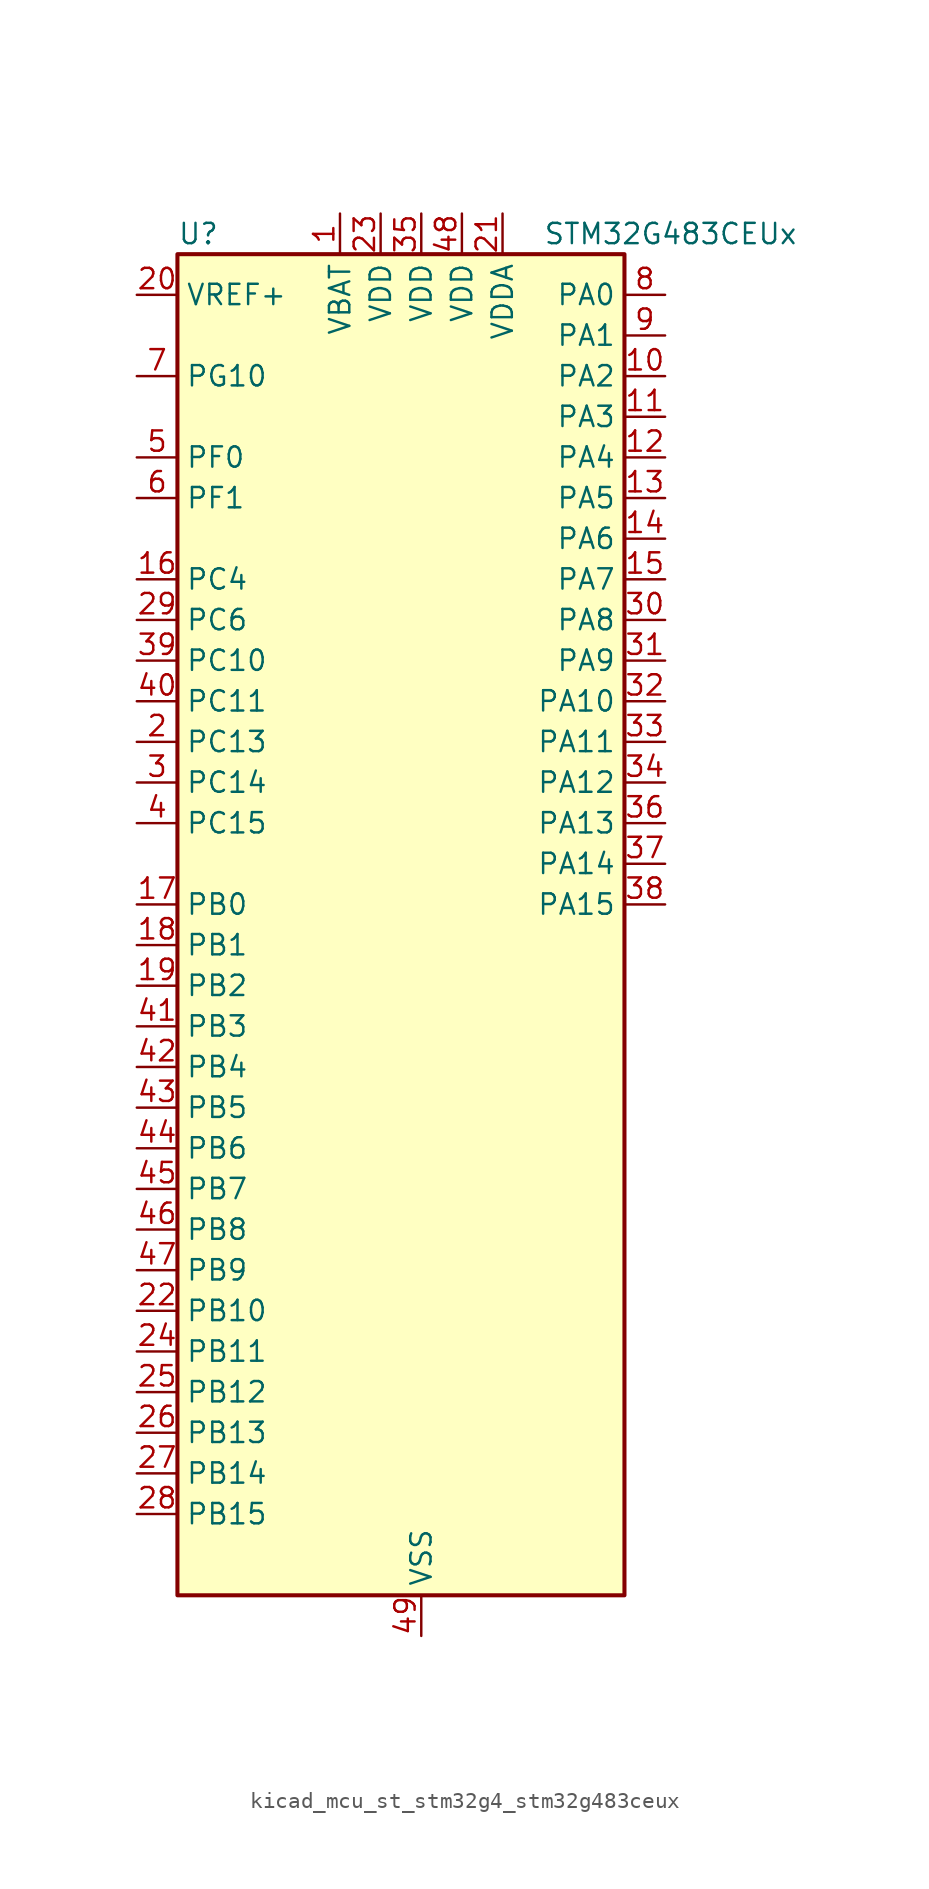
<source format=kicad_sym>
(kicad_symbol_lib
  (version 20220914)
  (generator kicad_symbol_editor)
  (symbol "kicad_mcu_st_stm32g4_stm32g483ceux"
    (property "Reference" "U"
      (at -12.7 44.45 0)
      (effects (font (size 1.27 1.27)) (justify left)))
    (property "Value" "STM32G483CEUx"
      (at 10.16 44.45 0)
      (effects (font (size 1.27 1.27)) (justify left)))
    (property "ki_locked" ""
      (at 0 0 0)
      (effects (font (size 1.27 1.27))))
    (symbol "kicad_mcu_st_stm32g4_stm32g483ceux_0_1"
      (rectangle (start -12.7 -40.64) (end 15.24 43.18) (stroke (width 0.254) (type default)) (fill (type background))))
    (symbol "kicad_mcu_st_stm32g4_stm32g483ceux_1_1"
      (pin power_in line (at -2.54 45.72 270) (length 2.54) (name "VBAT" (effects (font (size 1.27 1.27)))) (number "1" (effects (font (size 1.27 1.27)))))
      (pin bidirectional line (at 17.78 35.56 180) (length 2.54) (name "PA2" (effects (font (size 1.27 1.27)))) (number "10" (effects (font (size 1.27 1.27)))) (alternate "ADC1_IN3" bidirectional line) (alternate "ADC3_EXTI2" bidirectional line) (alternate "ADC4_EXTI2" bidirectional line) (alternate "ADC5_EXTI2" bidirectional line) (alternate "COMP2_INM" bidirectional line) (alternate "COMP2_OUT" bidirectional line) (alternate "LPUART1_TX" bidirectional line) (alternate "OPAMP1_VOUT" bidirectional line) (alternate "QUADSPI1_BK1_NCS" bidirectional line) (alternate "RCC_LSCO" bidirectional line) (alternate "SYS_WKUP4" bidirectional line) (alternate "TIM15_CH1" bidirectional line) (alternate "TIM2_CH3" bidirectional line) (alternate "TIM5_CH3" bidirectional line) (alternate "UCPD1_FRSTX1" bidirectional line) (alternate "UCPD1_FRSTX2" bidirectional line) (alternate "USART2_TX" bidirectional line))
      (pin bidirectional line (at 17.78 33.02 180) (length 2.54) (name "PA3" (effects (font (size 1.27 1.27)))) (number "11" (effects (font (size 1.27 1.27)))) (alternate "ADC1_IN4" bidirectional line) (alternate "ADC3_EXTI3" bidirectional line) (alternate "ADC4_EXTI3" bidirectional line) (alternate "ADC5_EXTI3" bidirectional line) (alternate "COMP2_INP" bidirectional line) (alternate "LPUART1_RX" bidirectional line) (alternate "OPAMP1_VINM" bidirectional line) (alternate "OPAMP1_VINM0" bidirectional line) (alternate "OPAMP1_VINM_SEC" bidirectional line) (alternate "OPAMP1_VINP" bidirectional line) (alternate "OPAMP1_VINP_SEC" bidirectional line) (alternate "OPAMP5_VINM" bidirectional line) (alternate "OPAMP5_VINM1" bidirectional line) (alternate "OPAMP5_VINM_SEC" bidirectional line) (alternate "QUADSPI1_CLK" bidirectional line) (alternate "SAI1_CK1" bidirectional line) (alternate "SAI1_MCLK_A" bidirectional line) (alternate "TIM15_CH2" bidirectional line) (alternate "TIM2_CH4" bidirectional line) (alternate "TIM5_CH4" bidirectional line) (alternate "USART2_RX" bidirectional line))
      (pin bidirectional line (at 17.78 30.48 180) (length 2.54) (name "PA4" (effects (font (size 1.27 1.27)))) (number "12" (effects (font (size 1.27 1.27)))) (alternate "ADC2_IN17" bidirectional line) (alternate "COMP1_INM" bidirectional line) (alternate "DAC1_OUT1" bidirectional line) (alternate "I2S3_WS" bidirectional line) (alternate "SAI1_FS_B" bidirectional line) (alternate "SPI1_NSS" bidirectional line) (alternate "SPI3_NSS" bidirectional line) (alternate "TIM3_CH2" bidirectional line) (alternate "USART2_CK" bidirectional line))
      (pin bidirectional line (at 17.78 27.94 180) (length 2.54) (name "PA5" (effects (font (size 1.27 1.27)))) (number "13" (effects (font (size 1.27 1.27)))) (alternate "ADC2_IN13" bidirectional line) (alternate "COMP2_INM" bidirectional line) (alternate "DAC1_OUT2" bidirectional line) (alternate "OPAMP2_VINM" bidirectional line) (alternate "OPAMP2_VINM0" bidirectional line) (alternate "OPAMP2_VINM_SEC" bidirectional line) (alternate "SPI1_SCK" bidirectional line) (alternate "TIM2_CH1" bidirectional line) (alternate "TIM2_ETR" bidirectional line) (alternate "UCPD1_FRSTX1" bidirectional line) (alternate "UCPD1_FRSTX2" bidirectional line))
      (pin bidirectional line (at 17.78 25.4 180) (length 2.54) (name "PA6" (effects (font (size 1.27 1.27)))) (number "14" (effects (font (size 1.27 1.27)))) (alternate "ADC2_IN3" bidirectional line) (alternate "COMP1_OUT" bidirectional line) (alternate "DAC2_OUT1" bidirectional line) (alternate "LPUART1_CTS" bidirectional line) (alternate "OPAMP2_VOUT" bidirectional line) (alternate "QUADSPI1_BK1_IO3" bidirectional line) (alternate "SPI1_MISO" bidirectional line) (alternate "TIM16_CH1" bidirectional line) (alternate "TIM1_BKIN" bidirectional line) (alternate "TIM3_CH1" bidirectional line) (alternate "TIM8_BKIN" bidirectional line))
      (pin bidirectional line (at 17.78 22.86 180) (length 2.54) (name "PA7" (effects (font (size 1.27 1.27)))) (number "15" (effects (font (size 1.27 1.27)))) (alternate "ADC2_IN4" bidirectional line) (alternate "COMP2_INP" bidirectional line) (alternate "COMP2_OUT" bidirectional line) (alternate "OPAMP1_VINP" bidirectional line) (alternate "OPAMP1_VINP_SEC" bidirectional line) (alternate "OPAMP2_VINP" bidirectional line) (alternate "OPAMP2_VINP_SEC" bidirectional line) (alternate "QUADSPI1_BK1_IO2" bidirectional line) (alternate "SPI1_MOSI" bidirectional line) (alternate "TIM17_CH1" bidirectional line) (alternate "TIM1_CH1N" bidirectional line) (alternate "TIM3_CH2" bidirectional line) (alternate "TIM8_CH1N" bidirectional line) (alternate "UCPD1_FRSTX1" bidirectional line) (alternate "UCPD1_FRSTX2" bidirectional line))
      (pin bidirectional line (at -15.24 22.86 0) (length 2.54) (name "PC4" (effects (font (size 1.27 1.27)))) (number "16" (effects (font (size 1.27 1.27)))) (alternate "ADC2_IN5" bidirectional line) (alternate "I2C2_SCL" bidirectional line) (alternate "QUADSPI1_BK2_IO3" bidirectional line) (alternate "TIM1_ETR" bidirectional line) (alternate "USART1_TX" bidirectional line))
      (pin bidirectional line (at -15.24 2.54 0) (length 2.54) (name "PB0" (effects (font (size 1.27 1.27)))) (number "17" (effects (font (size 1.27 1.27)))) (alternate "ADC1_IN15" bidirectional line) (alternate "ADC3_IN12" bidirectional line) (alternate "COMP4_INP" bidirectional line) (alternate "OPAMP2_VINP" bidirectional line) (alternate "OPAMP2_VINP_SEC" bidirectional line) (alternate "OPAMP3_VINP" bidirectional line) (alternate "OPAMP3_VINP_SEC" bidirectional line) (alternate "QUADSPI1_BK1_IO1" bidirectional line) (alternate "TIM1_CH2N" bidirectional line) (alternate "TIM3_CH3" bidirectional line) (alternate "TIM8_CH2N" bidirectional line) (alternate "UCPD1_FRSTX1" bidirectional line) (alternate "UCPD1_FRSTX2" bidirectional line))
      (pin bidirectional line (at -15.24 0 0) (length 2.54) (name "PB1" (effects (font (size 1.27 1.27)))) (number "18" (effects (font (size 1.27 1.27)))) (alternate "ADC1_IN12" bidirectional line) (alternate "ADC3_IN1" bidirectional line) (alternate "COMP1_INP" bidirectional line) (alternate "COMP4_OUT" bidirectional line) (alternate "LPUART1_DE" bidirectional line) (alternate "LPUART1_RTS" bidirectional line) (alternate "OPAMP3_VOUT" bidirectional line) (alternate "OPAMP6_VINM" bidirectional line) (alternate "OPAMP6_VINM1" bidirectional line) (alternate "OPAMP6_VINM_SEC" bidirectional line) (alternate "QUADSPI1_BK1_IO0" bidirectional line) (alternate "TIM1_CH3N" bidirectional line) (alternate "TIM3_CH4" bidirectional line) (alternate "TIM8_CH3N" bidirectional line))
      (pin bidirectional line (at -15.24 -2.54 0) (length 2.54) (name "PB2" (effects (font (size 1.27 1.27)))) (number "19" (effects (font (size 1.27 1.27)))) (alternate "ADC2_IN12" bidirectional line) (alternate "ADC3_EXTI2" bidirectional line) (alternate "ADC4_EXTI2" bidirectional line) (alternate "ADC5_EXTI2" bidirectional line) (alternate "COMP4_INM" bidirectional line) (alternate "I2C3_SMBA" bidirectional line) (alternate "LPTIM1_OUT" bidirectional line) (alternate "OPAMP3_VINM" bidirectional line) (alternate "OPAMP3_VINM0" bidirectional line) (alternate "OPAMP3_VINM_SEC" bidirectional line) (alternate "QUADSPI1_BK2_IO1" bidirectional line) (alternate "RTC_OUT2" bidirectional line) (alternate "TIM20_CH1" bidirectional line) (alternate "TIM5_CH1" bidirectional line))
      (pin bidirectional line (at -15.24 12.7 0) (length 2.54) (name "PC13" (effects (font (size 1.27 1.27)))) (number "2" (effects (font (size 1.27 1.27)))) (alternate "RTC_OUT1" bidirectional line) (alternate "RTC_TAMP1" bidirectional line) (alternate "RTC_TS" bidirectional line) (alternate "SYS_WKUP2" bidirectional line) (alternate "TIM1_BKIN" bidirectional line) (alternate "TIM1_CH1N" bidirectional line) (alternate "TIM8_CH4N" bidirectional line))
      (pin input line (at -15.24 40.64 0) (length 2.54) (name "VREF+" (effects (font (size 1.27 1.27)))) (number "20" (effects (font (size 1.27 1.27)))) (alternate "VREFBUF_OUT" bidirectional line))
      (pin power_in line (at 7.62 45.72 270) (length 2.54) (name "VDDA" (effects (font (size 1.27 1.27)))) (number "21" (effects (font (size 1.27 1.27)))))
      (pin bidirectional line (at -15.24 -22.86 0) (length 2.54) (name "PB10" (effects (font (size 1.27 1.27)))) (number "22" (effects (font (size 1.27 1.27)))) (alternate "COMP5_INM" bidirectional line) (alternate "DAC1_EXTI10" bidirectional line) (alternate "DAC2_EXTI10" bidirectional line) (alternate "DAC3_EXTI10" bidirectional line) (alternate "DAC4_EXTI10" bidirectional line) (alternate "LPUART1_RX" bidirectional line) (alternate "OPAMP3_VINM" bidirectional line) (alternate "OPAMP3_VINM1" bidirectional line) (alternate "OPAMP3_VINM_SEC" bidirectional line) (alternate "OPAMP4_VINM" bidirectional line) (alternate "OPAMP4_VINM0" bidirectional line) (alternate "OPAMP4_VINM_SEC" bidirectional line) (alternate "QUADSPI1_CLK" bidirectional line) (alternate "SAI1_SCK_A" bidirectional line) (alternate "TIM1_BKIN" bidirectional line) (alternate "TIM2_CH3" bidirectional line) (alternate "USART3_TX" bidirectional line))
      (pin power_in line (at 0 45.72 270) (length 2.54) (name "VDD" (effects (font (size 1.27 1.27)))) (number "23" (effects (font (size 1.27 1.27)))))
      (pin bidirectional line (at -15.24 -25.4 0) (length 2.54) (name "PB11" (effects (font (size 1.27 1.27)))) (number "24" (effects (font (size 1.27 1.27)))) (alternate "ADC1_EXTI11" bidirectional line) (alternate "ADC1_IN14" bidirectional line) (alternate "ADC2_EXTI11" bidirectional line) (alternate "ADC2_IN14" bidirectional line) (alternate "COMP6_INP" bidirectional line) (alternate "LPUART1_TX" bidirectional line) (alternate "OPAMP4_VINP" bidirectional line) (alternate "OPAMP4_VINP_SEC" bidirectional line) (alternate "OPAMP6_VOUT" bidirectional line) (alternate "QUADSPI1_BK1_NCS" bidirectional line) (alternate "TIM2_CH4" bidirectional line) (alternate "USART3_RX" bidirectional line))
      (pin bidirectional line (at -15.24 -27.94 0) (length 2.54) (name "PB12" (effects (font (size 1.27 1.27)))) (number "25" (effects (font (size 1.27 1.27)))) (alternate "ADC1_IN11" bidirectional line) (alternate "ADC4_IN3" bidirectional line) (alternate "COMP7_INM" bidirectional line) (alternate "FDCAN2_RX" bidirectional line) (alternate "I2C2_SMBA" bidirectional line) (alternate "I2S2_WS" bidirectional line) (alternate "LPUART1_DE" bidirectional line) (alternate "LPUART1_RTS" bidirectional line) (alternate "OPAMP4_VOUT" bidirectional line) (alternate "OPAMP6_VINP" bidirectional line) (alternate "OPAMP6_VINP_SEC" bidirectional line) (alternate "SPI2_NSS" bidirectional line) (alternate "TIM1_BKIN" bidirectional line) (alternate "TIM5_ETR" bidirectional line) (alternate "USART3_CK" bidirectional line))
      (pin bidirectional line (at -15.24 -30.48 0) (length 2.54) (name "PB13" (effects (font (size 1.27 1.27)))) (number "26" (effects (font (size 1.27 1.27)))) (alternate "ADC3_IN5" bidirectional line) (alternate "COMP5_INP" bidirectional line) (alternate "FDCAN2_TX" bidirectional line) (alternate "I2S2_CK" bidirectional line) (alternate "LPUART1_CTS" bidirectional line) (alternate "OPAMP3_VINP" bidirectional line) (alternate "OPAMP3_VINP_SEC" bidirectional line) (alternate "OPAMP4_VINP" bidirectional line) (alternate "OPAMP4_VINP_SEC" bidirectional line) (alternate "OPAMP6_VINP" bidirectional line) (alternate "OPAMP6_VINP_SEC" bidirectional line) (alternate "SPI2_SCK" bidirectional line) (alternate "TIM1_CH1N" bidirectional line) (alternate "USART3_CTS" bidirectional line) (alternate "USART3_NSS" bidirectional line))
      (pin bidirectional line (at -15.24 -33.02 0) (length 2.54) (name "PB14" (effects (font (size 1.27 1.27)))) (number "27" (effects (font (size 1.27 1.27)))) (alternate "ADC1_IN5" bidirectional line) (alternate "ADC4_IN4" bidirectional line) (alternate "COMP4_OUT" bidirectional line) (alternate "COMP7_INP" bidirectional line) (alternate "OPAMP2_VINP" bidirectional line) (alternate "OPAMP2_VINP_SEC" bidirectional line) (alternate "OPAMP5_VINP" bidirectional line) (alternate "OPAMP5_VINP_SEC" bidirectional line) (alternate "SPI2_MISO" bidirectional line) (alternate "TIM15_CH1" bidirectional line) (alternate "TIM1_CH2N" bidirectional line) (alternate "USART3_DE" bidirectional line) (alternate "USART3_RTS" bidirectional line))
      (pin bidirectional line (at -15.24 -35.56 0) (length 2.54) (name "PB15" (effects (font (size 1.27 1.27)))) (number "28" (effects (font (size 1.27 1.27)))) (alternate "ADC1_EXTI15" bidirectional line) (alternate "ADC2_EXTI15" bidirectional line) (alternate "ADC2_IN15" bidirectional line) (alternate "ADC4_IN5" bidirectional line) (alternate "COMP3_OUT" bidirectional line) (alternate "COMP6_INM" bidirectional line) (alternate "I2S2_SD" bidirectional line) (alternate "OPAMP5_VINM" bidirectional line) (alternate "OPAMP5_VINM0" bidirectional line) (alternate "OPAMP5_VINM_SEC" bidirectional line) (alternate "RTC_REFIN" bidirectional line) (alternate "SPI2_MOSI" bidirectional line) (alternate "TIM15_CH1N" bidirectional line) (alternate "TIM15_CH2" bidirectional line) (alternate "TIM1_CH3N" bidirectional line))
      (pin bidirectional line (at -15.24 20.32 0) (length 2.54) (name "PC6" (effects (font (size 1.27 1.27)))) (number "29" (effects (font (size 1.27 1.27)))) (alternate "COMP6_OUT" bidirectional line) (alternate "I2C4_SCL" bidirectional line) (alternate "I2S2_MCK" bidirectional line) (alternate "TIM3_CH1" bidirectional line) (alternate "TIM8_CH1" bidirectional line))
      (pin bidirectional line (at -15.24 10.16 0) (length 2.54) (name "PC14" (effects (font (size 1.27 1.27)))) (number "3" (effects (font (size 1.27 1.27)))) (alternate "RCC_OSC32_IN" bidirectional line))
      (pin bidirectional line (at 17.78 20.32 180) (length 2.54) (name "PA8" (effects (font (size 1.27 1.27)))) (number "30" (effects (font (size 1.27 1.27)))) (alternate "ADC5_IN1" bidirectional line) (alternate "COMP7_OUT" bidirectional line) (alternate "FDCAN3_RX" bidirectional line) (alternate "I2C2_SDA" bidirectional line) (alternate "I2C3_SCL" bidirectional line) (alternate "I2S2_MCK" bidirectional line) (alternate "OPAMP5_VOUT" bidirectional line) (alternate "RCC_MCO" bidirectional line) (alternate "SAI1_CK2" bidirectional line) (alternate "SAI1_SCK_A" bidirectional line) (alternate "TIM1_CH1" bidirectional line) (alternate "TIM4_ETR" bidirectional line) (alternate "USART1_CK" bidirectional line))
      (pin bidirectional line (at 17.78 17.78 180) (length 2.54) (name "PA9" (effects (font (size 1.27 1.27)))) (number "31" (effects (font (size 1.27 1.27)))) (alternate "ADC5_IN2" bidirectional line) (alternate "COMP5_OUT" bidirectional line) (alternate "DAC1_EXTI9" bidirectional line) (alternate "DAC2_EXTI9" bidirectional line) (alternate "DAC3_EXTI9" bidirectional line) (alternate "DAC4_EXTI9" bidirectional line) (alternate "I2C2_SCL" bidirectional line) (alternate "I2C3_SMBA" bidirectional line) (alternate "I2S3_MCK" bidirectional line) (alternate "SAI1_FS_A" bidirectional line) (alternate "TIM15_BKIN" bidirectional line) (alternate "TIM1_CH2" bidirectional line) (alternate "TIM2_CH3" bidirectional line) (alternate "UCPD1_DBCC1" bidirectional line) (alternate "USART1_TX" bidirectional line))
      (pin bidirectional line (at 17.78 15.24 180) (length 2.54) (name "PA10" (effects (font (size 1.27 1.27)))) (number "32" (effects (font (size 1.27 1.27)))) (alternate "COMP6_OUT" bidirectional line) (alternate "CRS_SYNC" bidirectional line) (alternate "DAC1_EXTI10" bidirectional line) (alternate "DAC2_EXTI10" bidirectional line) (alternate "DAC3_EXTI10" bidirectional line) (alternate "DAC4_EXTI10" bidirectional line) (alternate "I2C2_SMBA" bidirectional line) (alternate "SAI1_D1" bidirectional line) (alternate "SAI1_SD_A" bidirectional line) (alternate "SPI2_MISO" bidirectional line) (alternate "TIM17_BKIN" bidirectional line) (alternate "TIM1_CH3" bidirectional line) (alternate "TIM2_CH4" bidirectional line) (alternate "TIM8_BKIN" bidirectional line) (alternate "UCPD1_DBCC2" bidirectional line) (alternate "USART1_RX" bidirectional line))
      (pin bidirectional line (at 17.78 12.7 180) (length 2.54) (name "PA11" (effects (font (size 1.27 1.27)))) (number "33" (effects (font (size 1.27 1.27)))) (alternate "ADC1_EXTI11" bidirectional line) (alternate "ADC2_EXTI11" bidirectional line) (alternate "COMP1_OUT" bidirectional line) (alternate "FDCAN1_RX" bidirectional line) (alternate "I2S2_SD" bidirectional line) (alternate "SPI2_MOSI" bidirectional line) (alternate "TIM1_BKIN2" bidirectional line) (alternate "TIM1_CH1N" bidirectional line) (alternate "TIM1_CH4" bidirectional line) (alternate "TIM4_CH1" bidirectional line) (alternate "USART1_CTS" bidirectional line) (alternate "USART1_NSS" bidirectional line) (alternate "USB_DM" bidirectional line))
      (pin bidirectional line (at 17.78 10.16 180) (length 2.54) (name "PA12" (effects (font (size 1.27 1.27)))) (number "34" (effects (font (size 1.27 1.27)))) (alternate "COMP2_OUT" bidirectional line) (alternate "FDCAN1_TX" bidirectional line) (alternate "I2S_CKIN" bidirectional line) (alternate "TIM16_CH1" bidirectional line) (alternate "TIM1_CH2N" bidirectional line) (alternate "TIM1_ETR" bidirectional line) (alternate "TIM4_CH2" bidirectional line) (alternate "USART1_DE" bidirectional line) (alternate "USART1_RTS" bidirectional line) (alternate "USB_DP" bidirectional line))
      (pin power_in line (at 2.54 45.72 270) (length 2.54) (name "VDD" (effects (font (size 1.27 1.27)))) (number "35" (effects (font (size 1.27 1.27)))))
      (pin bidirectional line (at 17.78 7.62 180) (length 2.54) (name "PA13" (effects (font (size 1.27 1.27)))) (number "36" (effects (font (size 1.27 1.27)))) (alternate "I2C1_SCL" bidirectional line) (alternate "I2C4_SCL" bidirectional line) (alternate "IR_OUT" bidirectional line) (alternate "SAI1_SD_B" bidirectional line) (alternate "SYS_JTMS-SWDIO" bidirectional line) (alternate "TIM16_CH1N" bidirectional line) (alternate "TIM4_CH3" bidirectional line) (alternate "USART3_CTS" bidirectional line) (alternate "USART3_NSS" bidirectional line))
      (pin bidirectional line (at 17.78 5.08 180) (length 2.54) (name "PA14" (effects (font (size 1.27 1.27)))) (number "37" (effects (font (size 1.27 1.27)))) (alternate "I2C1_SDA" bidirectional line) (alternate "I2C4_SMBA" bidirectional line) (alternate "LPTIM1_OUT" bidirectional line) (alternate "SAI1_FS_B" bidirectional line) (alternate "SYS_JTCK-SWCLK" bidirectional line) (alternate "TIM1_BKIN" bidirectional line) (alternate "TIM8_CH2" bidirectional line) (alternate "USART2_TX" bidirectional line))
      (pin bidirectional line (at 17.78 2.54 180) (length 2.54) (name "PA15" (effects (font (size 1.27 1.27)))) (number "38" (effects (font (size 1.27 1.27)))) (alternate "ADC1_EXTI15" bidirectional line) (alternate "ADC2_EXTI15" bidirectional line) (alternate "FDCAN3_TX" bidirectional line) (alternate "I2C1_SCL" bidirectional line) (alternate "I2S3_WS" bidirectional line) (alternate "SPI1_NSS" bidirectional line) (alternate "SPI3_NSS" bidirectional line) (alternate "SYS_JTDI" bidirectional line) (alternate "TIM1_BKIN" bidirectional line) (alternate "TIM2_CH1" bidirectional line) (alternate "TIM2_ETR" bidirectional line) (alternate "TIM8_CH1" bidirectional line) (alternate "UART4_DE" bidirectional line) (alternate "UART4_RTS" bidirectional line) (alternate "USART2_RX" bidirectional line))
      (pin bidirectional line (at -15.24 17.78 0) (length 2.54) (name "PC10" (effects (font (size 1.27 1.27)))) (number "39" (effects (font (size 1.27 1.27)))) (alternate "DAC1_EXTI10" bidirectional line) (alternate "DAC2_EXTI10" bidirectional line) (alternate "DAC3_EXTI10" bidirectional line) (alternate "DAC4_EXTI10" bidirectional line) (alternate "I2S3_CK" bidirectional line) (alternate "SPI3_SCK" bidirectional line) (alternate "TIM8_CH1N" bidirectional line) (alternate "UART4_TX" bidirectional line) (alternate "USART3_TX" bidirectional line))
      (pin bidirectional line (at -15.24 7.62 0) (length 2.54) (name "PC15" (effects (font (size 1.27 1.27)))) (number "4" (effects (font (size 1.27 1.27)))) (alternate "ADC1_EXTI15" bidirectional line) (alternate "ADC2_EXTI15" bidirectional line) (alternate "RCC_OSC32_OUT" bidirectional line))
      (pin bidirectional line (at -15.24 15.24 0) (length 2.54) (name "PC11" (effects (font (size 1.27 1.27)))) (number "40" (effects (font (size 1.27 1.27)))) (alternate "ADC1_EXTI11" bidirectional line) (alternate "ADC2_EXTI11" bidirectional line) (alternate "I2C3_SDA" bidirectional line) (alternate "SPI3_MISO" bidirectional line) (alternate "TIM8_CH2N" bidirectional line) (alternate "UART4_RX" bidirectional line) (alternate "USART3_RX" bidirectional line))
      (pin bidirectional line (at -15.24 -5.08 0) (length 2.54) (name "PB3" (effects (font (size 1.27 1.27)))) (number "41" (effects (font (size 1.27 1.27)))) (alternate "ADC3_EXTI3" bidirectional line) (alternate "ADC4_EXTI3" bidirectional line) (alternate "ADC5_EXTI3" bidirectional line) (alternate "CRS_SYNC" bidirectional line) (alternate "FDCAN3_RX" bidirectional line) (alternate "I2S3_CK" bidirectional line) (alternate "SAI1_SCK_B" bidirectional line) (alternate "SPI1_SCK" bidirectional line) (alternate "SPI3_SCK" bidirectional line) (alternate "SYS_JTDO-SWO" bidirectional line) (alternate "TIM2_CH2" bidirectional line) (alternate "TIM3_ETR" bidirectional line) (alternate "TIM4_ETR" bidirectional line) (alternate "TIM8_CH1N" bidirectional line) (alternate "USART2_TX" bidirectional line))
      (pin bidirectional line (at -15.24 -7.62 0) (length 2.54) (name "PB4" (effects (font (size 1.27 1.27)))) (number "42" (effects (font (size 1.27 1.27)))) (alternate "FDCAN3_TX" bidirectional line) (alternate "SAI1_MCLK_B" bidirectional line) (alternate "SPI1_MISO" bidirectional line) (alternate "SPI3_MISO" bidirectional line) (alternate "SYS_JTRST" bidirectional line) (alternate "TIM16_CH1" bidirectional line) (alternate "TIM17_BKIN" bidirectional line) (alternate "TIM3_CH1" bidirectional line) (alternate "TIM8_CH2N" bidirectional line) (alternate "UCPD1_CC2" bidirectional line) (alternate "USART2_RX" bidirectional line))
      (pin bidirectional line (at -15.24 -10.16 0) (length 2.54) (name "PB5" (effects (font (size 1.27 1.27)))) (number "43" (effects (font (size 1.27 1.27)))) (alternate "FDCAN2_RX" bidirectional line) (alternate "I2C1_SMBA" bidirectional line) (alternate "I2C3_SDA" bidirectional line) (alternate "I2S3_SD" bidirectional line) (alternate "LPTIM1_IN1" bidirectional line) (alternate "SAI1_SD_B" bidirectional line) (alternate "SPI1_MOSI" bidirectional line) (alternate "SPI3_MOSI" bidirectional line) (alternate "TIM16_BKIN" bidirectional line) (alternate "TIM17_CH1" bidirectional line) (alternate "TIM3_CH2" bidirectional line) (alternate "TIM8_CH3N" bidirectional line) (alternate "USART2_CK" bidirectional line))
      (pin bidirectional line (at -15.24 -12.7 0) (length 2.54) (name "PB6" (effects (font (size 1.27 1.27)))) (number "44" (effects (font (size 1.27 1.27)))) (alternate "COMP4_OUT" bidirectional line) (alternate "FDCAN2_TX" bidirectional line) (alternate "LPTIM1_ETR" bidirectional line) (alternate "SAI1_FS_B" bidirectional line) (alternate "TIM16_CH1N" bidirectional line) (alternate "TIM4_CH1" bidirectional line) (alternate "TIM8_BKIN2" bidirectional line) (alternate "TIM8_CH1" bidirectional line) (alternate "TIM8_ETR" bidirectional line) (alternate "UCPD1_CC1" bidirectional line) (alternate "USART1_TX" bidirectional line))
      (pin bidirectional line (at -15.24 -15.24 0) (length 2.54) (name "PB7" (effects (font (size 1.27 1.27)))) (number "45" (effects (font (size 1.27 1.27)))) (alternate "COMP3_OUT" bidirectional line) (alternate "I2C1_SDA" bidirectional line) (alternate "I2C4_SDA" bidirectional line) (alternate "LPTIM1_IN2" bidirectional line) (alternate "SYS_PVD_IN" bidirectional line) (alternate "TIM17_CH1N" bidirectional line) (alternate "TIM3_CH4" bidirectional line) (alternate "TIM4_CH2" bidirectional line) (alternate "TIM8_BKIN" bidirectional line) (alternate "UART4_CTS" bidirectional line) (alternate "USART1_RX" bidirectional line))
      (pin bidirectional line (at -15.24 -17.78 0) (length 2.54) (name "PB8" (effects (font (size 1.27 1.27)))) (number "46" (effects (font (size 1.27 1.27)))) (alternate "COMP1_OUT" bidirectional line) (alternate "FDCAN1_RX" bidirectional line) (alternate "I2C1_SCL" bidirectional line) (alternate "SAI1_CK1" bidirectional line) (alternate "SAI1_MCLK_A" bidirectional line) (alternate "TIM16_CH1" bidirectional line) (alternate "TIM1_BKIN" bidirectional line) (alternate "TIM4_CH3" bidirectional line) (alternate "TIM8_CH2" bidirectional line) (alternate "USART3_RX" bidirectional line))
      (pin bidirectional line (at -15.24 -20.32 0) (length 2.54) (name "PB9" (effects (font (size 1.27 1.27)))) (number "47" (effects (font (size 1.27 1.27)))) (alternate "COMP2_OUT" bidirectional line) (alternate "DAC1_EXTI9" bidirectional line) (alternate "DAC2_EXTI9" bidirectional line) (alternate "DAC3_EXTI9" bidirectional line) (alternate "DAC4_EXTI9" bidirectional line) (alternate "FDCAN1_TX" bidirectional line) (alternate "I2C1_SDA" bidirectional line) (alternate "IR_OUT" bidirectional line) (alternate "SAI1_D2" bidirectional line) (alternate "SAI1_FS_A" bidirectional line) (alternate "TIM17_CH1" bidirectional line) (alternate "TIM1_CH3N" bidirectional line) (alternate "TIM4_CH4" bidirectional line) (alternate "TIM8_CH3" bidirectional line) (alternate "USART3_TX" bidirectional line))
      (pin power_in line (at 5.08 45.72 270) (length 2.54) (name "VDD" (effects (font (size 1.27 1.27)))) (number "48" (effects (font (size 1.27 1.27)))))
      (pin power_in line (at 2.54 -43.18 90) (length 2.54) (name "VSS" (effects (font (size 1.27 1.27)))) (number "49" (effects (font (size 1.27 1.27)))))
      (pin bidirectional line (at -15.24 30.48 0) (length 2.54) (name "PF0" (effects (font (size 1.27 1.27)))) (number "5" (effects (font (size 1.27 1.27)))) (alternate "ADC1_IN10" bidirectional line) (alternate "I2C2_SDA" bidirectional line) (alternate "I2S2_WS" bidirectional line) (alternate "RCC_OSC_IN" bidirectional line) (alternate "SPI2_NSS" bidirectional line) (alternate "TIM1_CH3N" bidirectional line))
      (pin bidirectional line (at -15.24 27.94 0) (length 2.54) (name "PF1" (effects (font (size 1.27 1.27)))) (number "6" (effects (font (size 1.27 1.27)))) (alternate "ADC2_IN10" bidirectional line) (alternate "COMP3_INM" bidirectional line) (alternate "I2S2_CK" bidirectional line) (alternate "RCC_OSC_OUT" bidirectional line) (alternate "SPI2_SCK" bidirectional line))
      (pin bidirectional line (at -15.24 35.56 0) (length 2.54) (name "PG10" (effects (font (size 1.27 1.27)))) (number "7" (effects (font (size 1.27 1.27)))) (alternate "DAC1_EXTI10" bidirectional line) (alternate "DAC2_EXTI10" bidirectional line) (alternate "DAC3_EXTI10" bidirectional line) (alternate "DAC4_EXTI10" bidirectional line) (alternate "RCC_MCO" bidirectional line))
      (pin bidirectional line (at 17.78 40.64 180) (length 2.54) (name "PA0" (effects (font (size 1.27 1.27)))) (number "8" (effects (font (size 1.27 1.27)))) (alternate "ADC1_IN1" bidirectional line) (alternate "ADC2_IN1" bidirectional line) (alternate "COMP1_INM" bidirectional line) (alternate "COMP1_OUT" bidirectional line) (alternate "COMP3_INP" bidirectional line) (alternate "RTC_TAMP2" bidirectional line) (alternate "SYS_WKUP1" bidirectional line) (alternate "TIM2_CH1" bidirectional line) (alternate "TIM2_ETR" bidirectional line) (alternate "TIM5_CH1" bidirectional line) (alternate "TIM8_BKIN" bidirectional line) (alternate "TIM8_ETR" bidirectional line) (alternate "USART2_CTS" bidirectional line) (alternate "USART2_NSS" bidirectional line))
      (pin bidirectional line (at 17.78 38.1 180) (length 2.54) (name "PA1" (effects (font (size 1.27 1.27)))) (number "9" (effects (font (size 1.27 1.27)))) (alternate "ADC1_IN2" bidirectional line) (alternate "ADC2_IN2" bidirectional line) (alternate "COMP1_INP" bidirectional line) (alternate "OPAMP1_VINP" bidirectional line) (alternate "OPAMP1_VINP_SEC" bidirectional line) (alternate "OPAMP3_VINP" bidirectional line) (alternate "OPAMP3_VINP_SEC" bidirectional line) (alternate "OPAMP6_VINM" bidirectional line) (alternate "OPAMP6_VINM0" bidirectional line) (alternate "OPAMP6_VINM_SEC" bidirectional line) (alternate "RTC_REFIN" bidirectional line) (alternate "TIM15_CH1N" bidirectional line) (alternate "TIM2_CH2" bidirectional line) (alternate "TIM5_CH2" bidirectional line) (alternate "USART2_DE" bidirectional line) (alternate "USART2_RTS" bidirectional line)))))
</source>
